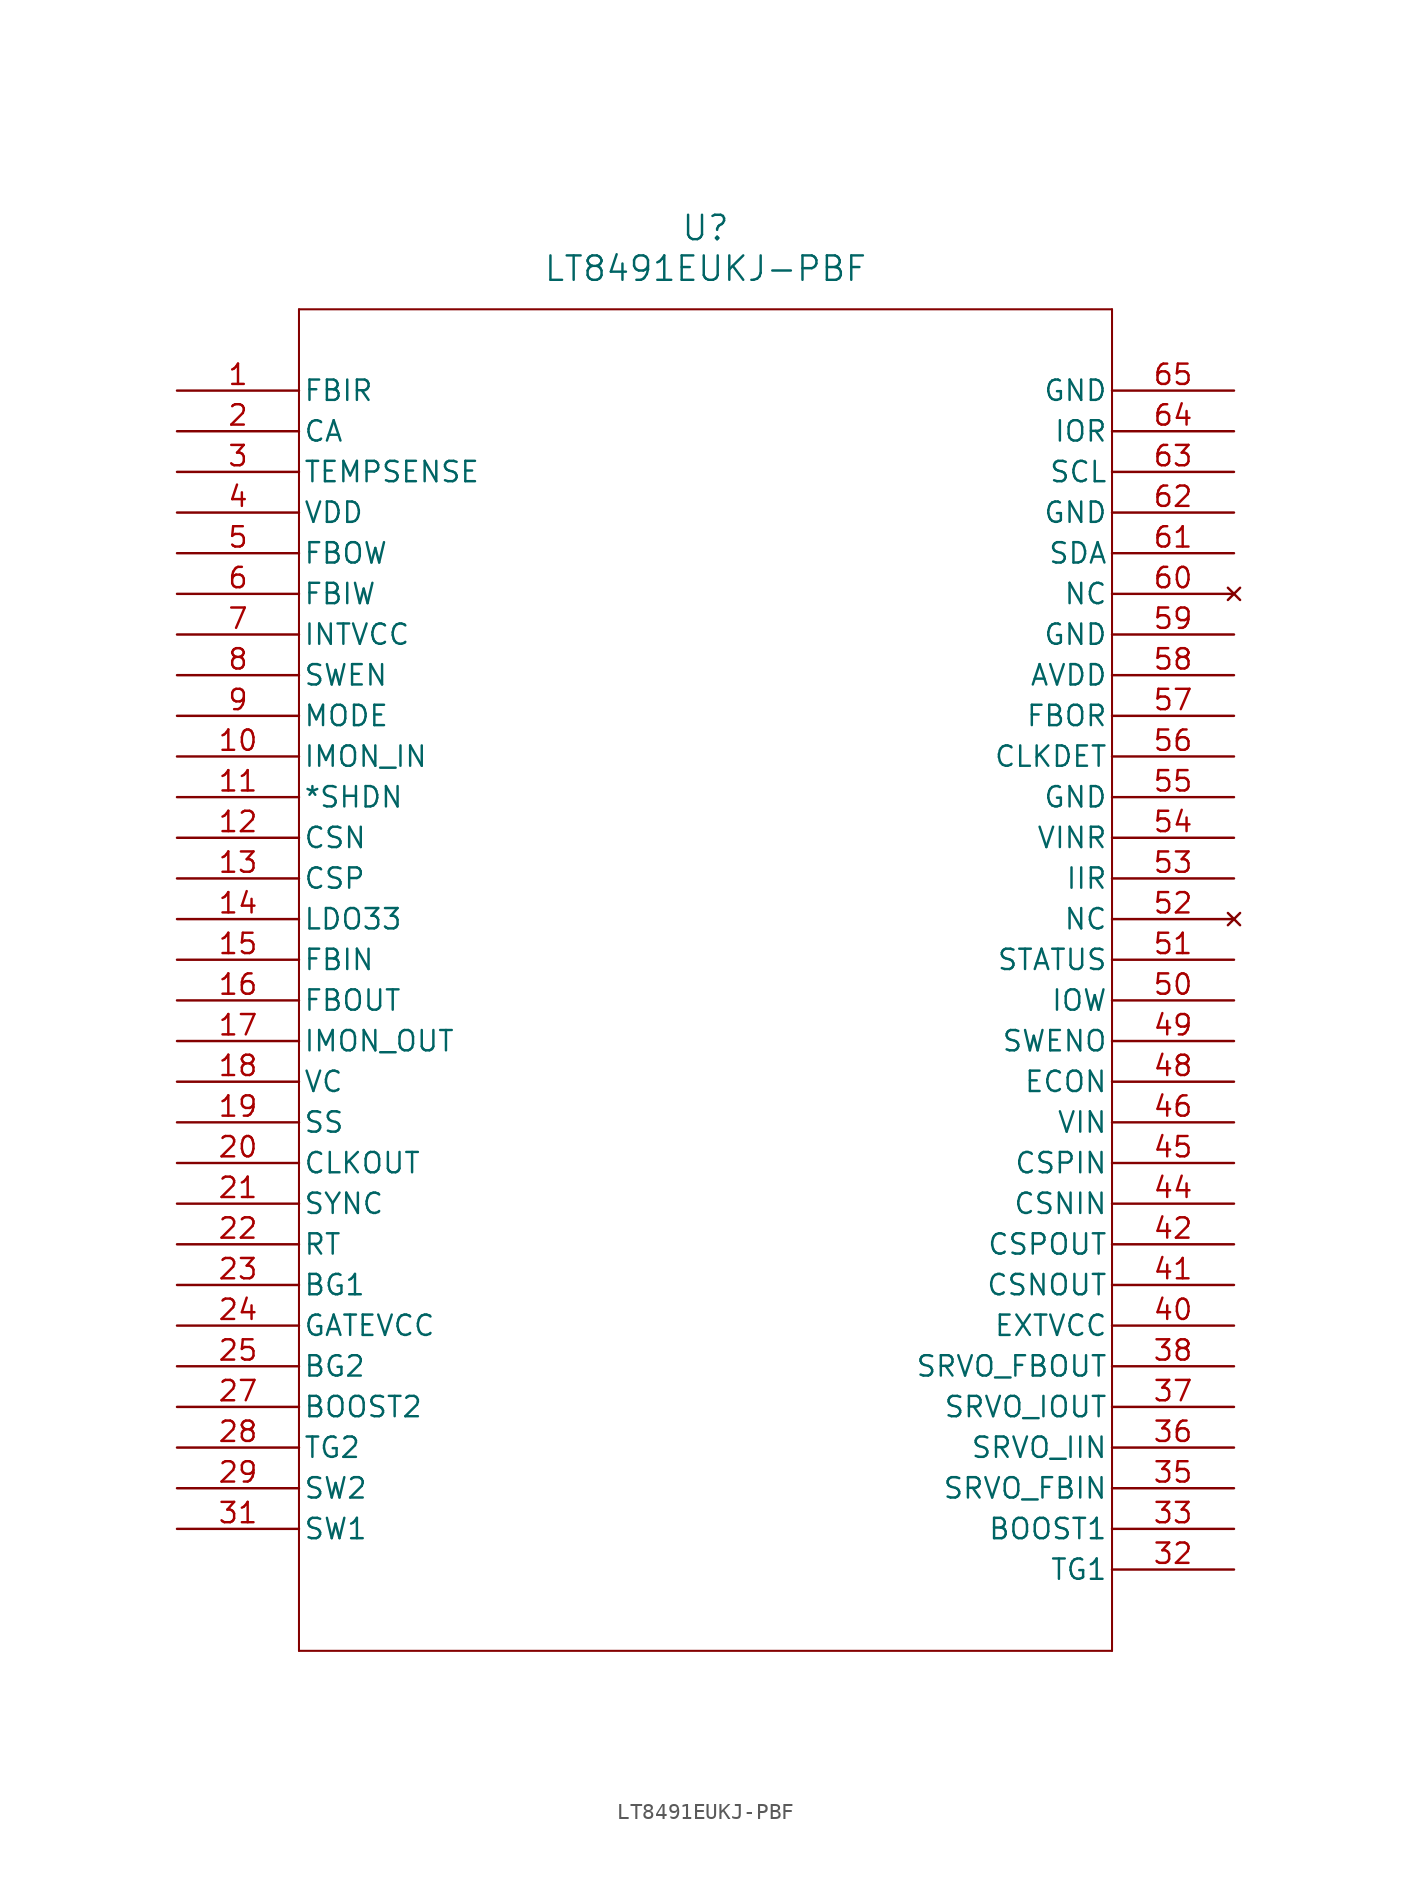
<source format=kicad_sym>
(kicad_symbol_lib
  (version 20211014)
  (generator kicad_symbol_editor)
  (symbol "LT8491EUKJ-PBF"
    (pin_names
      (offset 0.254))
    (property "Reference" "U"
      (at 33.02 10.16 0)
      (effects (font (size 1.524 1.524))))
    (property "Value" "LT8491EUKJ-PBF"
      (at 33.02 7.62 0)
      (effects (font (size 1.524 1.524))))
    (symbol "LT8491EUKJ-PBF_0_1"
      (polyline (pts (xy 7.62 5.08) (xy 7.62 -78.74)) (stroke (width 0.127) (type default) (color 0 0 0 0)) (fill (type none)))
      (polyline (pts (xy 7.62 -78.74) (xy 58.42 -78.74)) (stroke (width 0.127) (type default) (color 0 0 0 0)) (fill (type none)))
      (polyline (pts (xy 58.42 -78.74) (xy 58.42 5.08)) (stroke (width 0.127) (type default) (color 0 0 0 0)) (fill (type none)))
      (polyline (pts (xy 58.42 5.08) (xy 7.62 5.08)) (stroke (width 0.127) (type default) (color 0 0 0 0)) (fill (type none)))
      (pin input line (at 0 0 0) (length 7.62) (name "FBIR" (effects (font (size 1.27 1.27)))) (number "1" (effects (font (size 1.27 1.27)))))
      (pin input line (at 0 -2.54 0) (length 7.62) (name "CA" (effects (font (size 1.27 1.27)))) (number "2" (effects (font (size 1.27 1.27)))))
      (pin input line (at 0 -5.08 0) (length 7.62) (name "TEMPSENSE" (effects (font (size 1.27 1.27)))) (number "3" (effects (font (size 1.27 1.27)))))
      (pin power_in line (at 0 -7.62 0) (length 7.62) (name "VDD" (effects (font (size 1.27 1.27)))) (number "4" (effects (font (size 1.27 1.27)))))
      (pin output line (at 0 -10.16 0) (length 7.62) (name "FBOW" (effects (font (size 1.27 1.27)))) (number "5" (effects (font (size 1.27 1.27)))))
      (pin output line (at 0 -12.7 0) (length 7.62) (name "FBIW" (effects (font (size 1.27 1.27)))) (number "6" (effects (font (size 1.27 1.27)))))
      (pin power_in line (at 0 -15.24 0) (length 7.62) (name "INTVCC" (effects (font (size 1.27 1.27)))) (number "7" (effects (font (size 1.27 1.27)))))
      (pin input line (at 0 -17.78 0) (length 7.62) (name "SWEN" (effects (font (size 1.27 1.27)))) (number "8" (effects (font (size 1.27 1.27)))))
      (pin input line (at 0 -20.32 0) (length 7.62) (name "MODE" (effects (font (size 1.27 1.27)))) (number "9" (effects (font (size 1.27 1.27)))))
      (pin unspecified line (at 0 -22.86 0) (length 7.62) (name "IMON_IN" (effects (font (size 1.27 1.27)))) (number "10" (effects (font (size 1.27 1.27)))))
      (pin input line (at 0 -25.4 0) (length 7.62) (name "*SHDN" (effects (font (size 1.27 1.27)))) (number "11" (effects (font (size 1.27 1.27)))))
      (pin input line (at 0 -27.94 0) (length 7.62) (name "CSN" (effects (font (size 1.27 1.27)))) (number "12" (effects (font (size 1.27 1.27)))))
      (pin input line (at 0 -30.48 0) (length 7.62) (name "CSP" (effects (font (size 1.27 1.27)))) (number "13" (effects (font (size 1.27 1.27)))))
      (pin power_in line (at 0 -33.02 0) (length 7.62) (name "LDO33" (effects (font (size 1.27 1.27)))) (number "14" (effects (font (size 1.27 1.27)))))
      (pin input line (at 0 -35.56 0) (length 7.62) (name "FBIN" (effects (font (size 1.27 1.27)))) (number "15" (effects (font (size 1.27 1.27)))))
      (pin input line (at 0 -38.1 0) (length 7.62) (name "FBOUT" (effects (font (size 1.27 1.27)))) (number "16" (effects (font (size 1.27 1.27)))))
      (pin output line (at 0 -40.64 0) (length 7.62) (name "IMON_OUT" (effects (font (size 1.27 1.27)))) (number "17" (effects (font (size 1.27 1.27)))))
      (pin output line (at 0 -43.18 0) (length 7.62) (name "VC" (effects (font (size 1.27 1.27)))) (number "18" (effects (font (size 1.27 1.27)))))
      (pin input line (at 0 -45.72 0) (length 7.62) (name "SS" (effects (font (size 1.27 1.27)))) (number "19" (effects (font (size 1.27 1.27)))))
      (pin output line (at 0 -48.26 0) (length 7.62) (name "CLKOUT" (effects (font (size 1.27 1.27)))) (number "20" (effects (font (size 1.27 1.27)))))
      (pin unspecified line (at 0 -50.8 0) (length 7.62) (name "SYNC" (effects (font (size 1.27 1.27)))) (number "21" (effects (font (size 1.27 1.27)))))
      (pin unspecified line (at 0 -53.34 0) (length 7.62) (name "RT" (effects (font (size 1.27 1.27)))) (number "22" (effects (font (size 1.27 1.27)))))
      (pin power_in line (at 0 -55.88 0) (length 7.62) (name "BG1" (effects (font (size 1.27 1.27)))) (number "23" (effects (font (size 1.27 1.27)))))
      (pin power_in line (at 0 -58.42 0) (length 7.62) (name "GATEVCC" (effects (font (size 1.27 1.27)))) (number "24" (effects (font (size 1.27 1.27)))))
      (pin power_in line (at 0 -60.96 0) (length 7.62) (name "BG2" (effects (font (size 1.27 1.27)))) (number "25" (effects (font (size 1.27 1.27)))))
      (pin power_in line (at 0 -63.5 0) (length 7.62) (name "BOOST2" (effects (font (size 1.27 1.27)))) (number "27" (effects (font (size 1.27 1.27)))))
      (pin power_in line (at 0 -66.04 0) (length 7.62) (name "TG2" (effects (font (size 1.27 1.27)))) (number "28" (effects (font (size 1.27 1.27)))))
      (pin power_in line (at 0 -68.58 0) (length 7.62) (name "SW2" (effects (font (size 1.27 1.27)))) (number "29" (effects (font (size 1.27 1.27)))))
      (pin power_in line (at 0 -71.12 0) (length 7.62) (name "SW1" (effects (font (size 1.27 1.27)))) (number "31" (effects (font (size 1.27 1.27)))))
      (pin power_in line (at 66.04 -73.66 180) (length 7.62) (name "TG1" (effects (font (size 1.27 1.27)))) (number "32" (effects (font (size 1.27 1.27)))))
      (pin power_in line (at 66.04 -71.12 180) (length 7.62) (name "BOOST1" (effects (font (size 1.27 1.27)))) (number "33" (effects (font (size 1.27 1.27)))))
      (pin output line (at 66.04 -68.58 180) (length 7.62) (name "SRVO_FBIN" (effects (font (size 1.27 1.27)))) (number "35" (effects (font (size 1.27 1.27)))))
      (pin output line (at 66.04 -66.04 180) (length 7.62) (name "SRVO_IIN" (effects (font (size 1.27 1.27)))) (number "36" (effects (font (size 1.27 1.27)))))
      (pin output line (at 66.04 -63.5 180) (length 7.62) (name "SRVO_IOUT" (effects (font (size 1.27 1.27)))) (number "37" (effects (font (size 1.27 1.27)))))
      (pin output line (at 66.04 -60.96 180) (length 7.62) (name "SRVO_FBOUT" (effects (font (size 1.27 1.27)))) (number "38" (effects (font (size 1.27 1.27)))))
      (pin power_in line (at 66.04 -58.42 180) (length 7.62) (name "EXTVCC" (effects (font (size 1.27 1.27)))) (number "40" (effects (font (size 1.27 1.27)))))
      (pin input line (at 66.04 -55.88 180) (length 7.62) (name "CSNOUT" (effects (font (size 1.27 1.27)))) (number "41" (effects (font (size 1.27 1.27)))))
      (pin input line (at 66.04 -53.34 180) (length 7.62) (name "CSPOUT" (effects (font (size 1.27 1.27)))) (number "42" (effects (font (size 1.27 1.27)))))
      (pin input line (at 66.04 -50.8 180) (length 7.62) (name "CSNIN" (effects (font (size 1.27 1.27)))) (number "44" (effects (font (size 1.27 1.27)))))
      (pin input line (at 66.04 -48.26 180) (length 7.62) (name "CSPIN" (effects (font (size 1.27 1.27)))) (number "45" (effects (font (size 1.27 1.27)))))
      (pin power_in line (at 66.04 -45.72 180) (length 7.62) (name "VIN" (effects (font (size 1.27 1.27)))) (number "46" (effects (font (size 1.27 1.27)))))
      (pin output line (at 66.04 -43.18 180) (length 7.62) (name "ECON" (effects (font (size 1.27 1.27)))) (number "48" (effects (font (size 1.27 1.27)))))
      (pin output line (at 66.04 -40.64 180) (length 7.62) (name "SWENO" (effects (font (size 1.27 1.27)))) (number "49" (effects (font (size 1.27 1.27)))))
      (pin output line (at 66.04 -38.1 180) (length 7.62) (name "IOW" (effects (font (size 1.27 1.27)))) (number "50" (effects (font (size 1.27 1.27)))))
      (pin output line (at 66.04 -35.56 180) (length 7.62) (name "STATUS" (effects (font (size 1.27 1.27)))) (number "51" (effects (font (size 1.27 1.27)))))
      (pin no_connect line (at 66.04 -33.02 180) (length 7.62) (name "NC" (effects (font (size 1.27 1.27)))) (number "52" (effects (font (size 1.27 1.27)))))
      (pin input line (at 66.04 -30.48 180) (length 7.62) (name "IIR" (effects (font (size 1.27 1.27)))) (number "53" (effects (font (size 1.27 1.27)))))
      (pin input line (at 66.04 -27.94 180) (length 7.62) (name "VINR" (effects (font (size 1.27 1.27)))) (number "54" (effects (font (size 1.27 1.27)))))
      (pin power_out line (at 66.04 -25.4 180) (length 7.62) (name "GND" (effects (font (size 1.27 1.27)))) (number "55" (effects (font (size 1.27 1.27)))))
      (pin input line (at 66.04 -22.86 180) (length 7.62) (name "CLKDET" (effects (font (size 1.27 1.27)))) (number "56" (effects (font (size 1.27 1.27)))))
      (pin input line (at 66.04 -20.32 180) (length 7.62) (name "FBOR" (effects (font (size 1.27 1.27)))) (number "57" (effects (font (size 1.27 1.27)))))
      (pin power_in line (at 66.04 -17.78 180) (length 7.62) (name "AVDD" (effects (font (size 1.27 1.27)))) (number "58" (effects (font (size 1.27 1.27)))))
      (pin power_out line (at 66.04 -15.24 180) (length 7.62) (name "GND" (effects (font (size 1.27 1.27)))) (number "59" (effects (font (size 1.27 1.27)))))
      (pin no_connect line (at 66.04 -12.7 180) (length 7.62) (name "NC" (effects (font (size 1.27 1.27)))) (number "60" (effects (font (size 1.27 1.27)))))
      (pin bidirectional line (at 66.04 -10.16 180) (length 7.62) (name "SDA" (effects (font (size 1.27 1.27)))) (number "61" (effects (font (size 1.27 1.27)))))
      (pin power_out line (at 66.04 -7.62 180) (length 7.62) (name "GND" (effects (font (size 1.27 1.27)))) (number "62" (effects (font (size 1.27 1.27)))))
      (pin input line (at 66.04 -5.08 180) (length 7.62) (name "SCL" (effects (font (size 1.27 1.27)))) (number "63" (effects (font (size 1.27 1.27)))))
      (pin input line (at 66.04 -2.54 180) (length 7.62) (name "IOR" (effects (font (size 1.27 1.27)))) (number "64" (effects (font (size 1.27 1.27)))))
      (pin power_out line (at 66.04 0 180) (length 7.62) (name "GND" (effects (font (size 1.27 1.27)))) (number "65" (effects (font (size 1.27 1.27))))))))
</source>
